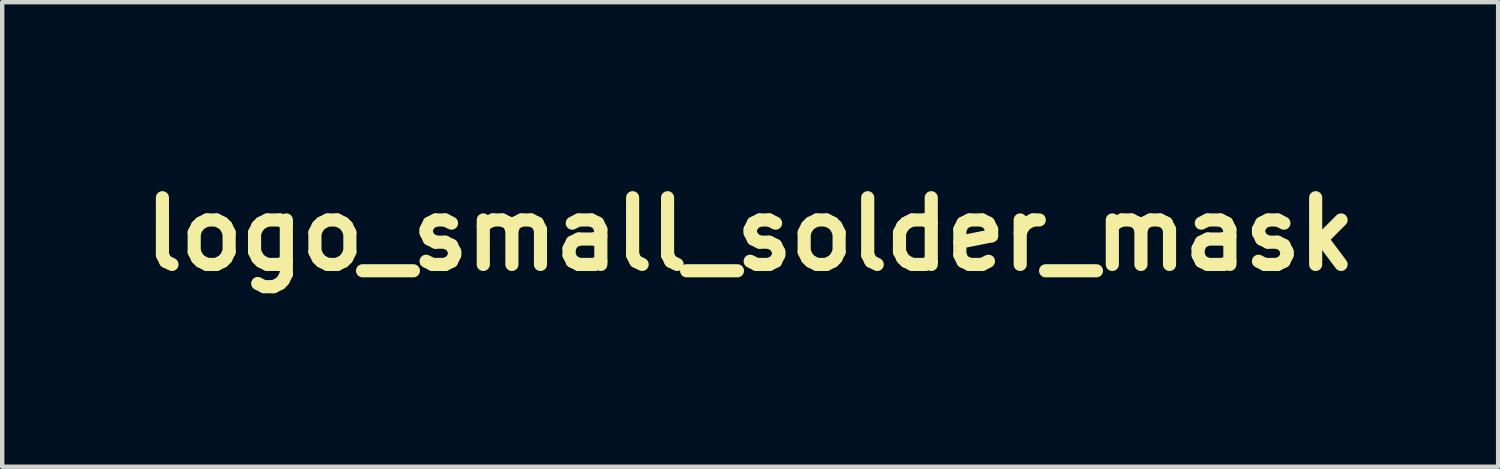
<source format=kicad_pcb>
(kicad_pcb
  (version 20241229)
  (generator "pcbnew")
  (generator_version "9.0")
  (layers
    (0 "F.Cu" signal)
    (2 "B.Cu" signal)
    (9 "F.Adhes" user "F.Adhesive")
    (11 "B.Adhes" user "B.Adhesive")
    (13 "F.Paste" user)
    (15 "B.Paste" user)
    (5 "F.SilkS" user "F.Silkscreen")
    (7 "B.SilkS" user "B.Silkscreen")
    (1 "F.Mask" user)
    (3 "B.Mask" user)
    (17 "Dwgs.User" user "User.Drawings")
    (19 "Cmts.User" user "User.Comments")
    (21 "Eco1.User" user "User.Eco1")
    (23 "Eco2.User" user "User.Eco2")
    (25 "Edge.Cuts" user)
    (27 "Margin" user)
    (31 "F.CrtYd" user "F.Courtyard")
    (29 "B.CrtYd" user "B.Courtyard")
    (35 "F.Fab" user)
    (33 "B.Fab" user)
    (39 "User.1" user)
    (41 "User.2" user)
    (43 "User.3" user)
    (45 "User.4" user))
  (footprint "logo_small_solder_mask"
    (layer "F.Cu")
    (at 14.086 2.301)
    (property "Reference" "logo_small_solder_mask" (at 0 0 0) (layer "F.SilkS") (effects (font (size 1.524 1.524) (thickness 0.3))))
    (attr through_hole)
    (fp_poly (pts (xy -0.917 -1.537) (xy -0.885 -1.517) (xy -0.862 -1.486) (xy -0.851 -1.447) (xy -0.855 -1.407) (xy -0.874 -1.369) (xy -0.904 -1.341) (xy -0.942 -1.326) (xy -0.98 -1.327) (xy -0.992 -1.33) (xy -1.026 -1.355) (xy -1.048 -1.391) (xy -1.057 -1.432) (xy -1.051 -1.474) (xy -1.03 -1.511) (xy -1.027 -1.515) (xy -0.991 -1.539) (xy -0.953 -1.545) (xy -0.917 -1.537)) (stroke (width 0.01) (type solid)) (fill yes) (layer "F.Mask"))
    (fp_poly (pts (xy -1.916 1.045) (xy -1.857 1.073) (xy -1.805 1.117) (xy -1.764 1.179) (xy -1.755 1.198) (xy -1.74 1.245) (xy -1.731 1.305) (xy -1.728 1.369) (xy -1.731 1.431) (xy -1.74 1.483) (xy -1.741 1.484) (xy -1.77 1.557) (xy -1.811 1.615) (xy -1.862 1.656) (xy -1.922 1.68) (xy -1.977 1.686) (xy -2.018 1.683) (xy -2.055 1.676) (xy -2.073 1.67) (xy -2.127 1.636) (xy -2.171 1.585) (xy -2.205 1.517) (xy -2.227 1.436) (xy -2.227 1.433) (xy -2.233 1.356) (xy -2.226 1.28) (xy -2.206 1.21) (xy -2.176 1.148) (xy -2.136 1.098) (xy -2.089 1.061) (xy -2.052 1.046) (xy -1.982 1.036) (xy -1.916 1.045)) (stroke (width 0.01) (type solid)) (fill yes) (layer "F.Mask"))
    (fp_poly (pts (xy 2.015 1.035) (xy 2.074 1.06) (xy 2.122 1.103) (xy 2.161 1.163) (xy 2.175 1.196) (xy 2.19 1.252) (xy 2.198 1.321) (xy 2.199 1.394) (xy 2.192 1.463) (xy 2.18 1.517) (xy 2.159 1.565) (xy 2.128 1.611) (xy 2.092 1.651) (xy 2.056 1.678) (xy 2.048 1.682) (xy 2.005 1.695) (xy 1.956 1.701) (xy 1.911 1.701) (xy 1.895 1.698) (xy 1.83 1.671) (xy 1.777 1.629) (xy 1.737 1.571) (xy 1.709 1.497) (xy 1.697 1.433) (xy 1.694 1.365) (xy 1.697 1.295) (xy 1.708 1.229) (xy 1.725 1.176) (xy 1.725 1.175) (xy 1.762 1.112) (xy 1.809 1.066) (xy 1.866 1.038) (xy 1.933 1.027) (xy 1.946 1.027) (xy 2.015 1.035)) (stroke (width 0.01) (type solid)) (fill yes) (layer "F.Mask"))
    (fp_poly (pts (xy -0.985 -1.275) (xy -0.939 -1.272) (xy -0.901 -1.267) (xy -0.874 -1.261) (xy -0.866 -1.257) (xy -0.862 -1.25) (xy -0.859 -1.237) (xy -0.856 -1.216) (xy -0.855 -1.186) (xy -0.853 -1.143) (xy -0.853 -1.086) (xy -0.853 -1.014) (xy -0.853 -0.923) (xy -0.853 -0.912) (xy -0.853 -0.832) (xy -0.853 -0.758) (xy -0.852 -0.692) (xy -0.851 -0.637) (xy -0.85 -0.597) (xy -0.849 -0.572) (xy -0.848 -0.566) (xy -0.84 -0.556) (xy -0.822 -0.553) (xy -0.793 -0.556) (xy -0.76 -0.558) (xy -0.74 -0.553) (xy -0.723 -0.54) (xy -0.705 -0.509) (xy -0.703 -0.472) (xy -0.719 -0.438) (xy -0.721 -0.435) (xy -0.732 -0.423) (xy -0.745 -0.417) (xy -0.766 -0.414) (xy -0.8 -0.414) (xy -0.82 -0.415) (xy -0.878 -0.418) (xy -0.921 -0.419) (xy -0.955 -0.42) (xy -0.984 -0.419) (xy -1.015 -0.416) (xy -1.047 -0.413) (xy -1.088 -0.41) (xy -1.114 -0.41) (xy -1.132 -0.414) (xy -1.146 -0.423) (xy -1.148 -0.425) (xy -1.167 -0.448) (xy -1.172 -0.481) (xy -1.172 -0.483) (xy -1.165 -0.521) (xy -1.143 -0.545) (xy -1.106 -0.557) (xy -1.072 -0.557) (xy -1.021 -0.554) (xy -1.021 -1.133) (xy -1.069 -1.13) (xy -1.117 -1.132) (xy -1.149 -1.146) (xy -1.168 -1.173) (xy -1.168 -1.174) (xy -1.172 -1.206) (xy -1.162 -1.239) (xy -1.141 -1.263) (xy -1.134 -1.268) (xy -1.112 -1.273) (xy -1.076 -1.275) (xy -1.032 -1.276) (xy -0.985 -1.275)) (stroke (width 0.01) (type solid)) (fill yes) (layer "F.Mask"))
    (fp_poly (pts (xy 1.431 -1.532) (xy 1.452 -1.525) (xy 1.466 -1.51) (xy 1.475 -1.483) (xy 1.479 -1.442) (xy 1.482 -1.388) (xy 1.485 -1.27) (xy 1.584 -1.27) (xy 1.638 -1.269) (xy 1.676 -1.264) (xy 1.7 -1.255) (xy 1.714 -1.24) (xy 1.722 -1.217) (xy 1.723 -1.209) (xy 1.723 -1.176) (xy 1.709 -1.147) (xy 1.707 -1.146) (xy 1.696 -1.133) (xy 1.684 -1.125) (xy 1.667 -1.12) (xy 1.64 -1.118) (xy 1.599 -1.118) (xy 1.584 -1.118) (xy 1.483 -1.118) (xy 1.483 -0.873) (xy 1.484 -0.786) (xy 1.485 -0.716) (xy 1.488 -0.662) (xy 1.492 -0.622) (xy 1.499 -0.592) (xy 1.508 -0.572) (xy 1.52 -0.559) (xy 1.535 -0.55) (xy 1.539 -0.549) (xy 1.575 -0.545) (xy 1.609 -0.559) (xy 1.626 -0.574) (xy 1.634 -0.595) (xy 1.641 -0.634) (xy 1.646 -0.692) (xy 1.646 -0.702) (xy 1.65 -0.755) (xy 1.655 -0.792) (xy 1.661 -0.817) (xy 1.67 -0.832) (xy 1.671 -0.833) (xy 1.699 -0.85) (xy 1.733 -0.853) (xy 1.766 -0.842) (xy 1.779 -0.832) (xy 1.789 -0.821) (xy 1.795 -0.808) (xy 1.798 -0.788) (xy 1.798 -0.758) (xy 1.796 -0.714) (xy 1.796 -0.702) (xy 1.786 -0.611) (xy 1.768 -0.537) (xy 1.739 -0.479) (xy 1.7 -0.437) (xy 1.65 -0.411) (xy 1.587 -0.398) (xy 1.552 -0.396) (xy 1.498 -0.4) (xy 1.454 -0.414) (xy 1.442 -0.419) (xy 1.393 -0.455) (xy 1.356 -0.507) (xy 1.34 -0.547) (xy 1.336 -0.57) (xy 1.332 -0.611) (xy 1.329 -0.668) (xy 1.326 -0.739) (xy 1.324 -0.823) (xy 1.323 -0.851) (xy 1.319 -1.118) (xy 1.284 -1.118) (xy 1.242 -1.123) (xy 1.215 -1.141) (xy 1.201 -1.166) (xy 1.197 -1.201) (xy 1.204 -1.226) (xy 1.22 -1.252) (xy 1.243 -1.266) (xy 1.28 -1.27) (xy 1.285 -1.27) (xy 1.318 -1.27) (xy 1.323 -1.382) (xy 1.326 -1.441) (xy 1.333 -1.483) (xy 1.343 -1.511) (xy 1.36 -1.526) (xy 1.383 -1.533) (xy 1.402 -1.534) (xy 1.431 -1.532)) (stroke (width 0.01) (type solid)) (fill yes) (layer "F.Mask"))
    (fp_poly (pts (xy 2.681 -1.274) (xy 2.721 -1.27) (xy 2.749 -1.264) (xy 2.765 -1.254) (xy 2.774 -1.239) (xy 2.777 -1.219) (xy 2.778 -1.205) (xy 2.772 -1.169) (xy 2.752 -1.146) (xy 2.718 -1.135) (xy 2.695 -1.133) (xy 2.647 -1.133) (xy 2.604 -1.016) (xy 2.588 -0.972) (xy 2.567 -0.914) (xy 2.542 -0.846) (xy 2.515 -0.771) (xy 2.488 -0.696) (xy 2.474 -0.655) (xy 2.435 -0.551) (xy 2.402 -0.464) (xy 2.373 -0.392) (xy 2.346 -0.333) (xy 2.322 -0.285) (xy 2.298 -0.246) (xy 2.274 -0.212) (xy 2.261 -0.196) (xy 2.204 -0.146) (xy 2.139 -0.109) (xy 2.068 -0.088) (xy 1.997 -0.084) (xy 1.952 -0.091) (xy 1.905 -0.111) (xy 1.859 -0.144) (xy 1.821 -0.183) (xy 1.811 -0.199) (xy 1.793 -0.248) (xy 1.79 -0.296) (xy 1.802 -0.34) (xy 1.827 -0.376) (xy 1.863 -0.401) (xy 1.908 -0.411) (xy 1.911 -0.411) (xy 1.952 -0.402) (xy 1.983 -0.379) (xy 2.002 -0.345) (xy 2.006 -0.306) (xy 1.996 -0.271) (xy 1.986 -0.25) (xy 1.981 -0.238) (xy 1.981 -0.237) (xy 1.99 -0.235) (xy 2.013 -0.234) (xy 2.023 -0.234) (xy 2.077 -0.243) (xy 2.125 -0.269) (xy 2.165 -0.308) (xy 2.192 -0.357) (xy 2.204 -0.411) (xy 2.205 -0.42) (xy 2.202 -0.441) (xy 2.195 -0.473) (xy 2.183 -0.518) (xy 2.164 -0.576) (xy 2.14 -0.65) (xy 2.109 -0.741) (xy 2.091 -0.79) (xy 2.064 -0.867) (xy 2.039 -0.939) (xy 2.016 -1.002) (xy 1.996 -1.054) (xy 1.981 -1.094) (xy 1.972 -1.118) (xy 1.968 -1.125) (xy 1.951 -1.133) (xy 1.918 -1.136) (xy 1.903 -1.135) (xy 1.868 -1.135) (xy 1.847 -1.14) (xy 1.834 -1.151) (xy 1.833 -1.153) (xy 1.821 -1.181) (xy 1.82 -1.215) (xy 1.828 -1.245) (xy 1.835 -1.254) (xy 1.84 -1.26) (xy 1.845 -1.265) (xy 1.852 -1.268) (xy 1.864 -1.27) (xy 1.884 -1.272) (xy 1.914 -1.273) (xy 1.957 -1.273) (xy 2.016 -1.274) (xy 2.057 -1.274) (xy 2.125 -1.275) (xy 2.175 -1.274) (xy 2.211 -1.273) (xy 2.236 -1.271) (xy 2.252 -1.268) (xy 2.262 -1.262) (xy 2.268 -1.258) (xy 2.28 -1.234) (xy 2.286 -1.202) (xy 2.283 -1.172) (xy 2.278 -1.162) (xy 2.254 -1.142) (xy 2.218 -1.132) (xy 2.187 -1.133) (xy 2.163 -1.135) (xy 2.155 -1.131) (xy 2.156 -1.126) (xy 2.16 -1.113) (xy 2.169 -1.083) (xy 2.182 -1.039) (xy 2.199 -0.985) (xy 2.217 -0.923) (xy 2.23 -0.879) (xy 2.253 -0.804) (xy 2.27 -0.746) (xy 2.283 -0.703) (xy 2.293 -0.673) (xy 2.299 -0.654) (xy 2.304 -0.644) (xy 2.307 -0.64) (xy 2.31 -0.64) (xy 2.312 -0.642) (xy 2.317 -0.654) (xy 2.328 -0.682) (xy 2.342 -0.723) (xy 2.36 -0.773) (xy 2.379 -0.829) (xy 2.399 -0.888) (xy 2.418 -0.947) (xy 2.435 -1.001) (xy 2.45 -1.049) (xy 2.462 -1.086) (xy 2.468 -1.109) (xy 2.469 -1.115) (xy 2.467 -1.128) (xy 2.458 -1.135) (xy 2.437 -1.136) (xy 2.417 -1.136) (xy 2.376 -1.138) (xy 2.351 -1.152) (xy 2.339 -1.18) (xy 2.337 -1.21) (xy 2.338 -1.231) (xy 2.342 -1.247) (xy 2.353 -1.259) (xy 2.372 -1.266) (xy 2.403 -1.271) (xy 2.447 -1.274) (xy 2.508 -1.275) (xy 2.552 -1.275) (xy 2.626 -1.275) (xy 2.681 -1.274)) (stroke (width 0.01) (type solid)) (fill yes) (layer "F.Mask"))
    (fp_poly (pts (xy 0.354 -1.571) (xy 0.367 -1.571) (xy 0.422 -1.57) (xy 0.459 -1.567) (xy 0.483 -1.563) (xy 0.495 -1.557) (xy 0.498 -1.554) (xy 0.502 -1.539) (xy 0.504 -1.508) (xy 0.507 -1.464) (xy 0.508 -1.412) (xy 0.508 -1.389) (xy 0.508 -1.337) (xy 0.509 -1.292) (xy 0.51 -1.259) (xy 0.512 -1.242) (xy 0.513 -1.24) (xy 0.523 -1.245) (xy 0.544 -1.258) (xy 0.554 -1.264) (xy 0.611 -1.291) (xy 0.677 -1.305) (xy 0.747 -1.304) (xy 0.815 -1.289) (xy 0.873 -1.262) (xy 0.916 -1.227) (xy 0.955 -1.18) (xy 0.985 -1.127) (xy 0.995 -1.099) (xy 0.998 -1.078) (xy 1.001 -1.04) (xy 1.004 -0.989) (xy 1.006 -0.929) (xy 1.007 -0.862) (xy 1.007 -0.838) (xy 1.008 -0.771) (xy 1.009 -0.709) (xy 1.01 -0.656) (xy 1.012 -0.615) (xy 1.014 -0.589) (xy 1.015 -0.584) (xy 1.021 -0.565) (xy 1.031 -0.557) (xy 1.053 -0.556) (xy 1.065 -0.557) (xy 1.111 -0.554) (xy 1.141 -0.538) (xy 1.156 -0.509) (xy 1.158 -0.49) (xy 1.157 -0.464) (xy 1.152 -0.445) (xy 1.14 -0.431) (xy 1.12 -0.421) (xy 1.088 -0.415) (xy 1.043 -0.412) (xy 0.982 -0.412) (xy 0.92 -0.412) (xy 0.738 -0.414) (xy 0.714 -0.441) (xy 0.695 -0.472) (xy 0.694 -0.5) (xy 0.711 -0.531) (xy 0.713 -0.533) (xy 0.727 -0.549) (xy 0.743 -0.557) (xy 0.765 -0.557) (xy 0.789 -0.555) (xy 0.842 -0.549) (xy 0.849 -0.583) (xy 0.851 -0.603) (xy 0.852 -0.64) (xy 0.852 -0.69) (xy 0.853 -0.75) (xy 0.852 -0.816) (xy 0.852 -0.834) (xy 0.85 -0.914) (xy 0.848 -0.976) (xy 0.844 -1.023) (xy 0.839 -1.058) (xy 0.831 -1.085) (xy 0.819 -1.105) (xy 0.804 -1.122) (xy 0.786 -1.137) (xy 0.764 -1.15) (xy 0.734 -1.157) (xy 0.696 -1.158) (xy 0.637 -1.152) (xy 0.591 -1.131) (xy 0.557 -1.096) (xy 0.533 -1.044) (xy 0.519 -0.98) (xy 0.515 -0.945) (xy 0.512 -0.898) (xy 0.51 -0.842) (xy 0.509 -0.782) (xy 0.508 -0.722) (xy 0.509 -0.666) (xy 0.51 -0.619) (xy 0.512 -0.585) (xy 0.515 -0.571) (xy 0.52 -0.557) (xy 0.531 -0.551) (xy 0.553 -0.552) (xy 0.568 -0.554) (xy 0.613 -0.554) (xy 0.644 -0.539) (xy 0.661 -0.51) (xy 0.663 -0.483) (xy 0.662 -0.46) (xy 0.658 -0.443) (xy 0.648 -0.431) (xy 0.63 -0.422) (xy 0.602 -0.417) (xy 0.56 -0.414) (xy 0.504 -0.413) (xy 0.435 -0.412) (xy 0.367 -0.412) (xy 0.316 -0.412) (xy 0.28 -0.413) (xy 0.255 -0.415) (xy 0.239 -0.419) (xy 0.228 -0.424) (xy 0.219 -0.431) (xy 0.216 -0.434) (xy 0.197 -0.465) (xy 0.194 -0.502) (xy 0.207 -0.534) (xy 0.221 -0.546) (xy 0.243 -0.552) (xy 0.278 -0.554) (xy 0.281 -0.554) (xy 0.34 -0.554) (xy 0.347 -0.63) (xy 0.349 -0.665) (xy 0.35 -0.715) (xy 0.351 -0.778) (xy 0.352 -0.851) (xy 0.353 -0.929) (xy 0.353 -1.011) (xy 0.353 -1.091) (xy 0.352 -1.168) (xy 0.351 -1.237) (xy 0.35 -1.296) (xy 0.349 -1.341) (xy 0.347 -1.367) (xy 0.34 -1.427) (xy 0.3 -1.428) (xy 0.269 -1.429) (xy 0.245 -1.431) (xy 0.242 -1.431) (xy 0.216 -1.442) (xy 0.199 -1.466) (xy 0.193 -1.496) (xy 0.199 -1.527) (xy 0.218 -1.552) (xy 0.219 -1.553) (xy 0.232 -1.562) (xy 0.248 -1.567) (xy 0.271 -1.57) (xy 0.305 -1.572) (xy 0.354 -1.571)) (stroke (width 0.01) (type solid)) (fill yes) (layer "F.Mask"))
    (fp_poly (pts (xy 0.044 -1.446) (xy 0.091 -1.43) (xy 0.105 -1.422) (xy 0.145 -1.386) (xy 0.167 -1.342) (xy 0.173 -1.295) (xy 0.17 -1.262) (xy 0.16 -1.238) (xy 0.138 -1.213) (xy 0.103 -1.186) (xy 0.069 -1.18) (xy 0.037 -1.193) (xy 0.025 -1.203) (xy 0.008 -1.231) (xy -0.000162 -1.263) (xy 0.003 -1.293) (xy 0.011 -1.308) (xy 0.015 -1.318) (xy 0.001 -1.326) (xy -0.027 -1.325) (xy -0.05 -1.306) (xy -0.062 -1.282) (xy -0.065 -1.265) (xy -0.059 -1.247) (xy -0.04 -1.222) (xy -0.036 -1.217) (xy -0.00015 -1.169) (xy 0.023 -1.122) (xy 0.035 -1.069) (xy 0.039 -1.023) (xy 0.04 -0.98) (xy 0.038 -0.948) (xy 0.03 -0.921) (xy 0.016 -0.889) (xy -0.024 -0.828) (xy -0.078 -0.78) (xy -0.141 -0.747) (xy -0.145 -0.746) (xy -0.201 -0.735) (xy -0.266 -0.734) (xy -0.334 -0.742) (xy -0.394 -0.758) (xy -0.404 -0.762) (xy -0.444 -0.775) (xy -0.471 -0.774) (xy -0.485 -0.758) (xy -0.488 -0.737) (xy -0.485 -0.716) (xy -0.475 -0.7) (xy -0.455 -0.688) (xy -0.423 -0.68) (xy -0.376 -0.674) (xy -0.312 -0.67) (xy -0.296 -0.669) (xy -0.208 -0.663) (xy -0.136 -0.654) (xy -0.078 -0.64) (xy -0.03 -0.622) (xy 0.011 -0.597) (xy 0.034 -0.578) (xy 0.078 -0.533) (xy 0.106 -0.489) (xy 0.119 -0.44) (xy 0.12 -0.38) (xy 0.117 -0.337) (xy 0.11 -0.306) (xy 0.097 -0.28) (xy 0.086 -0.262) (xy 0.036 -0.208) (xy -0.027 -0.167) (xy -0.105 -0.14) (xy -0.198 -0.125) (xy -0.271 -0.123) (xy -0.321 -0.125) (xy -0.37 -0.128) (xy -0.41 -0.134) (xy -0.422 -0.136) (xy -0.499 -0.163) (xy -0.562 -0.202) (xy -0.608 -0.251) (xy -0.638 -0.309) (xy -0.65 -0.375) (xy -0.65 -0.383) (xy -0.648 -0.409) (xy -0.486 -0.409) (xy -0.485 -0.37) (xy -0.472 -0.337) (xy -0.439 -0.307) (xy -0.391 -0.285) (xy -0.331 -0.271) (xy -0.263 -0.267) (xy -0.191 -0.274) (xy -0.125 -0.29) (xy -0.077 -0.312) (xy -0.048 -0.342) (xy -0.045 -0.346) (xy -0.032 -0.388) (xy -0.038 -0.426) (xy -0.057 -0.456) (xy -0.092 -0.484) (xy -0.141 -0.504) (xy -0.199 -0.515) (xy -0.261 -0.518) (xy -0.323 -0.513) (xy -0.381 -0.501) (xy -0.431 -0.48) (xy -0.466 -0.452) (xy -0.472 -0.445) (xy -0.486 -0.409) (xy -0.648 -0.409) (xy -0.646 -0.435) (xy -0.633 -0.476) (xy -0.606 -0.515) (xy -0.588 -0.534) (xy -0.548 -0.576) (xy -0.583 -0.611) (xy -0.617 -0.658) (xy -0.634 -0.711) (xy -0.633 -0.765) (xy -0.616 -0.816) (xy -0.582 -0.86) (xy -0.557 -0.88) (xy -0.537 -0.899) (xy -0.535 -0.914) (xy -0.552 -0.98) (xy -0.553 -1.026) (xy -0.395 -1.026) (xy -0.391 -0.98) (xy -0.374 -0.938) (xy -0.345 -0.904) (xy -0.303 -0.882) (xy -0.299 -0.881) (xy -0.267 -0.878) (xy -0.227 -0.882) (xy -0.191 -0.892) (xy -0.175 -0.9) (xy -0.141 -0.934) (xy -0.12 -0.978) (xy -0.115 -1.026) (xy -0.127 -1.074) (xy -0.129 -1.077) (xy -0.161 -1.119) (xy -0.203 -1.146) (xy -0.252 -1.157) (xy -0.302 -1.15) (xy -0.324 -1.14) (xy -0.362 -1.11) (xy -0.385 -1.07) (xy -0.395 -1.026) (xy -0.553 -1.026) (xy -0.553 -1.049) (xy -0.538 -1.117) (xy -0.508 -1.18) (xy -0.465 -1.232) (xy -0.439 -1.253) (xy -0.398 -1.275) (xy -0.347 -1.293) (xy -0.295 -1.304) (xy -0.248 -1.307) (xy -0.234 -1.306) (xy -0.208 -1.303) (xy -0.196 -1.307) (xy -0.19 -1.324) (xy -0.188 -1.331) (xy -0.172 -1.365) (xy -0.144 -1.4) (xy -0.108 -1.429) (xy -0.073 -1.447) (xy -0.066 -1.448) (xy -0.011 -1.453) (xy 0.044 -1.446)) (stroke (width 0.01) (type solid)) (fill yes) (layer "F.Mask"))
    (fp_poly (pts (xy -1.598 -1.572) (xy -1.567 -1.568) (xy -1.511 -1.563) (xy -1.458 -1.562) (xy -1.422 -1.565) (xy -1.358 -1.572) (xy -1.311 -1.572) (xy -1.279 -1.562) (xy -1.26 -1.544) (xy -1.251 -1.514) (xy -1.25 -1.494) (xy -1.255 -1.459) (xy -1.273 -1.437) (xy -1.306 -1.426) (xy -1.355 -1.424) (xy -1.358 -1.424) (xy -1.391 -1.425) (xy -1.411 -1.422) (xy -1.422 -1.414) (xy -1.429 -1.402) (xy -1.433 -1.385) (xy -1.436 -1.351) (xy -1.438 -1.302) (xy -1.44 -1.241) (xy -1.442 -1.172) (xy -1.443 -1.095) (xy -1.443 -1.016) (xy -1.443 -0.935) (xy -1.443 -0.857) (xy -1.442 -0.784) (xy -1.44 -0.718) (xy -1.438 -0.663) (xy -1.436 -0.621) (xy -1.433 -0.595) (xy -1.432 -0.591) (xy -1.425 -0.574) (xy -1.416 -0.564) (xy -1.399 -0.56) (xy -1.37 -0.559) (xy -1.352 -0.559) (xy -1.311 -0.557) (xy -1.285 -0.553) (xy -1.269 -0.543) (xy -1.266 -0.54) (xy -1.252 -0.511) (xy -1.25 -0.475) (xy -1.26 -0.441) (xy -1.271 -0.425) (xy -1.283 -0.415) (xy -1.296 -0.41) (xy -1.314 -0.407) (xy -1.344 -0.408) (xy -1.389 -0.412) (xy -1.391 -0.412) (xy -1.464 -0.418) (xy -1.524 -0.42) (xy -1.578 -0.42) (xy -1.632 -0.416) (xy -1.668 -0.413) (xy -1.708 -0.409) (xy -1.733 -0.408) (xy -1.75 -0.412) (xy -1.763 -0.421) (xy -1.772 -0.43) (xy -1.794 -0.463) (xy -1.796 -0.497) (xy -1.777 -0.53) (xy -1.773 -0.534) (xy -1.754 -0.549) (xy -1.73 -0.557) (xy -1.695 -0.559) (xy -1.692 -0.559) (xy -1.659 -0.56) (xy -1.639 -0.565) (xy -1.627 -0.577) (xy -1.623 -0.582) (xy -1.62 -0.594) (xy -1.616 -0.616) (xy -1.614 -0.651) (xy -1.612 -0.699) (xy -1.61 -0.763) (xy -1.609 -0.844) (xy -1.608 -0.943) (xy -1.608 -0.955) (xy -1.608 -1.037) (xy -1.608 -1.111) (xy -1.608 -1.176) (xy -1.608 -1.229) (xy -1.609 -1.268) (xy -1.61 -1.29) (xy -1.61 -1.295) (xy -1.614 -1.284) (xy -1.623 -1.255) (xy -1.636 -1.21) (xy -1.653 -1.152) (xy -1.673 -1.084) (xy -1.695 -1.005) (xy -1.72 -0.92) (xy -1.733 -0.874) (xy -1.759 -0.785) (xy -1.783 -0.702) (xy -1.806 -0.627) (xy -1.826 -0.561) (xy -1.843 -0.508) (xy -1.856 -0.469) (xy -1.864 -0.446) (xy -1.866 -0.441) (xy -1.895 -0.414) (xy -1.934 -0.4) (xy -1.978 -0.398) (xy -2.007 -0.406) (xy -2.03 -0.42) (xy -2.04 -0.429) (xy -2.045 -0.442) (xy -2.055 -0.472) (xy -2.07 -0.517) (xy -2.088 -0.576) (xy -2.109 -0.646) (xy -2.132 -0.725) (xy -2.157 -0.811) (xy -2.171 -0.859) (xy -2.196 -0.948) (xy -2.22 -1.03) (xy -2.242 -1.105) (xy -2.261 -1.169) (xy -2.276 -1.221) (xy -2.288 -1.259) (xy -2.295 -1.28) (xy -2.297 -1.284) (xy -2.299 -1.277) (xy -2.3 -1.252) (xy -2.301 -1.213) (xy -2.301 -1.161) (xy -2.301 -1.1) (xy -2.3 -1.033) (xy -2.299 -0.961) (xy -2.298 -0.889) (xy -2.296 -0.818) (xy -2.294 -0.752) (xy -2.292 -0.692) (xy -2.29 -0.643) (xy -2.288 -0.606) (xy -2.286 -0.585) (xy -2.285 -0.582) (xy -2.277 -0.569) (xy -2.264 -0.562) (xy -2.238 -0.561) (xy -2.223 -0.561) (xy -2.175 -0.558) (xy -2.143 -0.547) (xy -2.124 -0.524) (xy -2.118 -0.503) (xy -2.119 -0.464) (xy -2.135 -0.432) (xy -2.164 -0.412) (xy -2.17 -0.41) (xy -2.192 -0.409) (xy -2.227 -0.411) (xy -2.268 -0.415) (xy -2.277 -0.417) (xy -2.391 -0.424) (xy -2.442 -0.422) (xy -2.508 -0.416) (xy -2.557 -0.413) (xy -2.592 -0.413) (xy -2.615 -0.417) (xy -2.63 -0.424) (xy -2.637 -0.431) (xy -2.65 -0.463) (xy -2.65 -0.5) (xy -2.636 -0.533) (xy -2.631 -0.539) (xy -2.612 -0.553) (xy -2.587 -0.558) (xy -2.557 -0.558) (xy -2.525 -0.557) (xy -2.5 -0.557) (xy -2.493 -0.558) (xy -2.484 -0.561) (xy -2.477 -0.571) (xy -2.472 -0.588) (xy -2.467 -0.615) (xy -2.464 -0.653) (xy -2.462 -0.704) (xy -2.46 -0.77) (xy -2.459 -0.852) (xy -2.459 -0.952) (xy -2.459 -0.992) (xy -2.459 -1.093) (xy -2.459 -1.175) (xy -2.46 -1.24) (xy -2.461 -1.292) (xy -2.463 -1.331) (xy -2.466 -1.36) (xy -2.469 -1.38) (xy -2.473 -1.395) (xy -2.474 -1.399) (xy -2.489 -1.435) (xy -2.546 -1.428) (xy -2.595 -1.426) (xy -2.628 -1.436) (xy -2.646 -1.458) (xy -2.652 -1.492) (xy -2.651 -1.517) (xy -2.648 -1.536) (xy -2.639 -1.55) (xy -2.622 -1.559) (xy -2.594 -1.565) (xy -2.554 -1.569) (xy -2.498 -1.57) (xy -2.432 -1.571) (xy -2.37 -1.57) (xy -2.315 -1.57) (xy -2.27 -1.568) (xy -2.238 -1.566) (xy -2.223 -1.563) (xy -2.204 -1.547) (xy -2.194 -1.533) (xy -2.189 -1.519) (xy -2.179 -1.487) (xy -2.165 -1.441) (xy -2.148 -1.381) (xy -2.128 -1.31) (xy -2.106 -1.23) (xy -2.082 -1.143) (xy -2.068 -1.095) (xy -2.044 -1.007) (xy -2.021 -0.926) (xy -2.001 -0.853) (xy -1.983 -0.791) (xy -1.968 -0.742) (xy -1.957 -0.707) (xy -1.95 -0.689) (xy -1.948 -0.687) (xy -1.945 -0.698) (xy -1.936 -0.727) (xy -1.923 -0.771) (xy -1.906 -0.829) (xy -1.887 -0.898) (xy -1.865 -0.976) (xy -1.841 -1.061) (xy -1.829 -1.102) (xy -1.805 -1.19) (xy -1.781 -1.272) (xy -1.76 -1.346) (xy -1.742 -1.41) (xy -1.726 -1.462) (xy -1.715 -1.499) (xy -1.708 -1.52) (xy -1.707 -1.524) (xy -1.693 -1.542) (xy -1.677 -1.559) (xy -1.665 -1.568) (xy -1.651 -1.573) (xy -1.631 -1.574) (xy -1.598 -1.572)) (stroke (width 0.01) (type solid)) (fill yes) (layer "F.Mask"))
    (fp_poly (pts (xy 3.546 2.306) (xy -3.536 2.306) (xy -3.536 1.367) (xy -2.483 1.367) (xy -2.478 1.474) (xy -2.461 1.565) (xy -2.433 1.645) (xy -2.393 1.716) (xy -2.349 1.77) (xy -2.284 1.828) (xy -2.213 1.868) (xy -2.135 1.89) (xy -2.046 1.897) (xy -2.026 1.896) (xy -1.968 1.891) (xy -1.921 1.88) (xy -1.881 1.864) (xy -1.815 1.825) (xy -1.767 1.781) (xy -1.717 1.726) (xy -1.717 1.89) (xy -1.483 1.89) (xy -1.483 0.833) (xy -1.26 0.833) (xy -1.26 1.217) (xy -1.26 1.325) (xy -1.259 1.414) (xy -1.258 1.487) (xy -1.256 1.546) (xy -1.253 1.594) (xy -1.248 1.632) (xy -1.242 1.663) (xy -1.234 1.689) (xy -1.225 1.712) (xy -1.212 1.734) (xy -1.204 1.748) (xy -1.159 1.802) (xy -1.101 1.847) (xy -1.036 1.878) (xy -1.032 1.88) (xy -0.981 1.891) (xy -0.92 1.897) (xy -0.856 1.896) (xy -0.796 1.89) (xy -0.747 1.879) (xy -0.737 1.875) (xy -0.669 1.836) (xy -0.615 1.784) (xy -0.598 1.759) (xy -0.569 1.713) (xy -0.569 1.89) (xy -0.335 1.89) (xy -0.335 0.833) (xy -0.112 0.833) (xy -0.112 1.89) (xy 0.132 1.89) (xy 0.132 0.833) (xy 0.345 0.833) (xy 0.345 1.89) (xy 0.599 1.89) (xy 0.599 1.558) (xy 0.6 1.459) (xy 0.6 1.379) (xy 0.602 1.314) (xy 0.604 1.262) (xy 0.607 1.222) (xy 0.613 1.191) (xy 0.62 1.167) (xy 0.629 1.147) (xy 0.64 1.129) (xy 0.653 1.112) (xy 0.698 1.073) (xy 0.754 1.047) (xy 0.815 1.036) (xy 0.877 1.041) (xy 0.919 1.055) (xy 0.959 1.078) (xy 0.987 1.107) (xy 1.011 1.149) (xy 1.013 1.154) (xy 1.018 1.166) (xy 1.022 1.182) (xy 1.025 1.203) (xy 1.028 1.232) (xy 1.03 1.27) (xy 1.031 1.32) (xy 1.033 1.384) (xy 1.034 1.465) (xy 1.034 1.542) (xy 1.038 1.89) (xy 1.281 1.89) (xy 1.278 1.496) (xy 1.277 1.397) (xy 1.445 1.397) (xy 1.449 1.458) (xy 1.454 1.506) (xy 1.462 1.546) (xy 1.475 1.584) (xy 1.476 1.589) (xy 1.52 1.681) (xy 1.576 1.757) (xy 1.645 1.818) (xy 1.727 1.863) (xy 1.79 1.884) (xy 1.84 1.893) (xy 1.903 1.898) (xy 1.97 1.899) (xy 2.034 1.895) (xy 2.087 1.887) (xy 2.096 1.885) (xy 2.189 1.851) (xy 2.268 1.802) (xy 2.335 1.737) (xy 2.387 1.658) (xy 2.426 1.565) (xy 2.433 1.538) (xy 2.442 1.488) (xy 2.447 1.425) (xy 2.448 1.356) (xy 2.446 1.287) (xy 2.44 1.225) (xy 2.432 1.185) (xy 2.398 1.089) (xy 2.35 1.006) (xy 2.287 0.938) (xy 2.212 0.886) (xy 2.124 0.848) (xy 2.025 0.828) (xy 1.949 0.823) (xy 1.845 0.83) (xy 1.753 0.853) (xy 1.672 0.891) (xy 1.6 0.946) (xy 1.597 0.948) (xy 1.537 1.017) (xy 1.492 1.094) (xy 1.462 1.183) (xy 1.447 1.283) (xy 1.445 1.397) (xy 1.277 1.397) (xy 1.277 1.394) (xy 1.276 1.311) (xy 1.275 1.243) (xy 1.273 1.19) (xy 1.271 1.148) (xy 1.269 1.116) (xy 1.266 1.091) (xy 1.262 1.072) (xy 1.258 1.056) (xy 1.256 1.05) (xy 1.22 0.976) (xy 1.169 0.916) (xy 1.103 0.869) (xy 1.093 0.864) (xy 1.06 0.848) (xy 1.034 0.837) (xy 1.007 0.832) (xy 0.973 0.829) (xy 0.926 0.828) (xy 0.921 0.828) (xy 0.847 0.831) (xy 0.788 0.84) (xy 0.739 0.857) (xy 0.695 0.884) (xy 0.651 0.922) (xy 0.648 0.925) (xy 0.589 0.984) (xy 0.589 0.833) (xy 0.345 0.833) (xy 0.132 0.833) (xy -0.112 0.833) (xy -0.335 0.833) (xy -0.578 0.833) (xy -0.581 1.171) (xy -0.582 1.263) (xy -0.583 1.337) (xy -0.584 1.396) (xy -0.586 1.441) (xy -0.587 1.475) (xy -0.59 1.501) (xy -0.593 1.521) (xy -0.598 1.536) (xy -0.603 1.55) (xy -0.606 1.557) (xy -0.642 1.615) (xy -0.688 1.656) (xy -0.746 1.679) (xy -0.812 1.686) (xy -0.879 1.678) (xy -0.933 1.655) (xy -0.974 1.615) (xy -1.003 1.56) (xy -1.004 1.556) (xy -1.008 1.534) (xy -1.011 1.494) (xy -1.013 1.436) (xy -1.015 1.358) (xy -1.016 1.26) (xy -1.016 1.177) (xy -1.016 0.833) (xy -1.26 0.833) (xy -1.483 0.833) (xy -1.483 0.579) (xy -0.127 0.579) (xy -0.126 0.615) (xy -0.121 0.638) (xy -0.11 0.656) (xy -0.089 0.676) (xy -0.064 0.697) (xy -0.042 0.707) (xy -0.013 0.711) (xy 0.006 0.711) (xy 0.041 0.71) (xy 0.064 0.704) (xy 0.085 0.689) (xy 0.103 0.672) (xy 0.126 0.646) (xy 0.138 0.625) (xy 0.142 0.598) (xy 0.142 0.579) (xy 0.141 0.546) (xy 0.133 0.523) (xy 0.117 0.501) (xy 0.103 0.486) (xy 0.078 0.464) (xy 0.057 0.452) (xy 0.031 0.448) (xy 0.006 0.447) (xy -0.029 0.449) (xy -0.054 0.455) (xy -0.076 0.471) (xy -0.089 0.482) (xy -0.11 0.503) (xy -0.122 0.521) (xy -0.126 0.544) (xy -0.127 0.579) (xy -1.483 0.579) (xy -1.483 0.437) (xy -1.727 0.437) (xy -1.727 0.718) (xy -1.727 0.999) (xy -1.758 0.957) (xy -1.807 0.905) (xy -1.869 0.866) (xy -1.942 0.84) (xy -2.02 0.827) (xy -2.101 0.829) (xy -2.181 0.846) (xy -2.233 0.866) (xy -2.296 0.905) (xy -2.354 0.96) (xy -2.402 1.024) (xy -2.422 1.06) (xy -2.448 1.121) (xy -2.466 1.178) (xy -2.477 1.236) (xy -2.482 1.304) (xy -2.483 1.367) (xy -3.536 1.367) (xy -3.536 -2.032) (xy -3.272 -2.032) (xy -3.272 0.152) (xy 3.282 0.152) (xy 3.282 -2.032) (xy -3.272 -2.032) (xy -3.536 -2.032) (xy -3.536 -2.296) (xy 3.546 -2.296) (xy 3.546 2.306)) (stroke (width 0.01) (type solid)) (fill yes) (layer "F.Mask")))
  (gr_rect
    (start -3 -3)
    (end 31.172 7.612)
    (stroke (width 0.1) (type default))
    (fill no)
    (layer "Edge.Cuts")))
</source>
